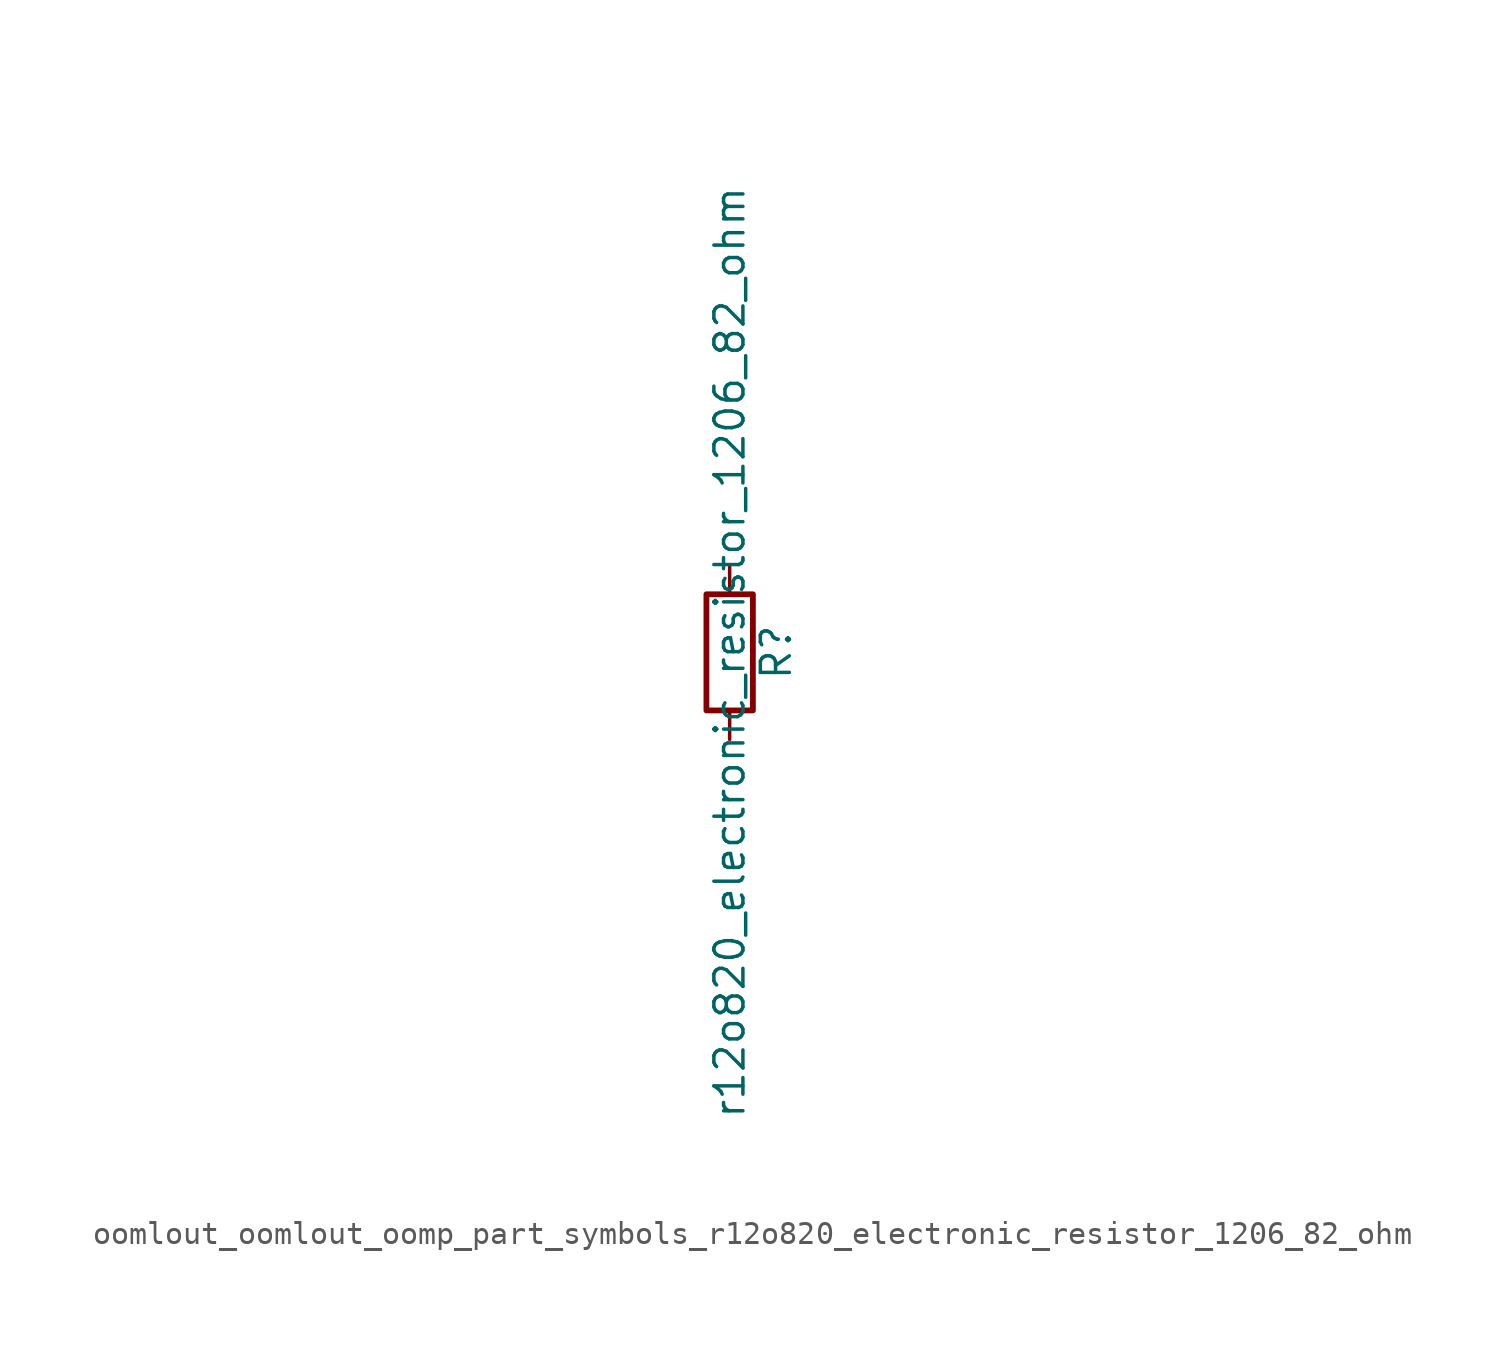
<source format=kicad_sym>
(kicad_symbol_lib
  (version 20220914)
  (generator kicad_symbol_editor)
  (symbol "oomlout_oomlout_oomp_part_symbols_r12o820_electronic_resistor_1206_82_ohm"
    (pin_numbers hide)
    (pin_names
      (offset 0))
    (property "Reference" "R"
      (at 2.032 0 90)
      (effects (font (size 1.27 1.27))))
    (property "Value" "r12o820_electronic_resistor_1206_82_ohm"
      (at 0 0 90)
      (effects (font (size 1.27 1.27))))
    (symbol "oomlout_oomlout_oomp_part_symbols_r12o820_electronic_resistor_1206_82_ohm_0_1"
      (rectangle (start -1.016 -2.54) (end 1.016 2.54) (stroke (width 0.254) (type default)) (fill (type none))))
    (symbol "oomlout_oomlout_oomp_part_symbols_r12o820_electronic_resistor_1206_82_ohm_1_1"
      (pin passive line (at 0 3.81 270) (length 1.27) (name "~" (effects (font (size 1.27 1.27)))) (number "1" (effects (font (size 1.27 1.27)))))
      (pin passive line (at 0 -3.81 90) (length 1.27) (name "~" (effects (font (size 1.27 1.27)))) (number "2" (effects (font (size 1.27 1.27))))))))
</source>
